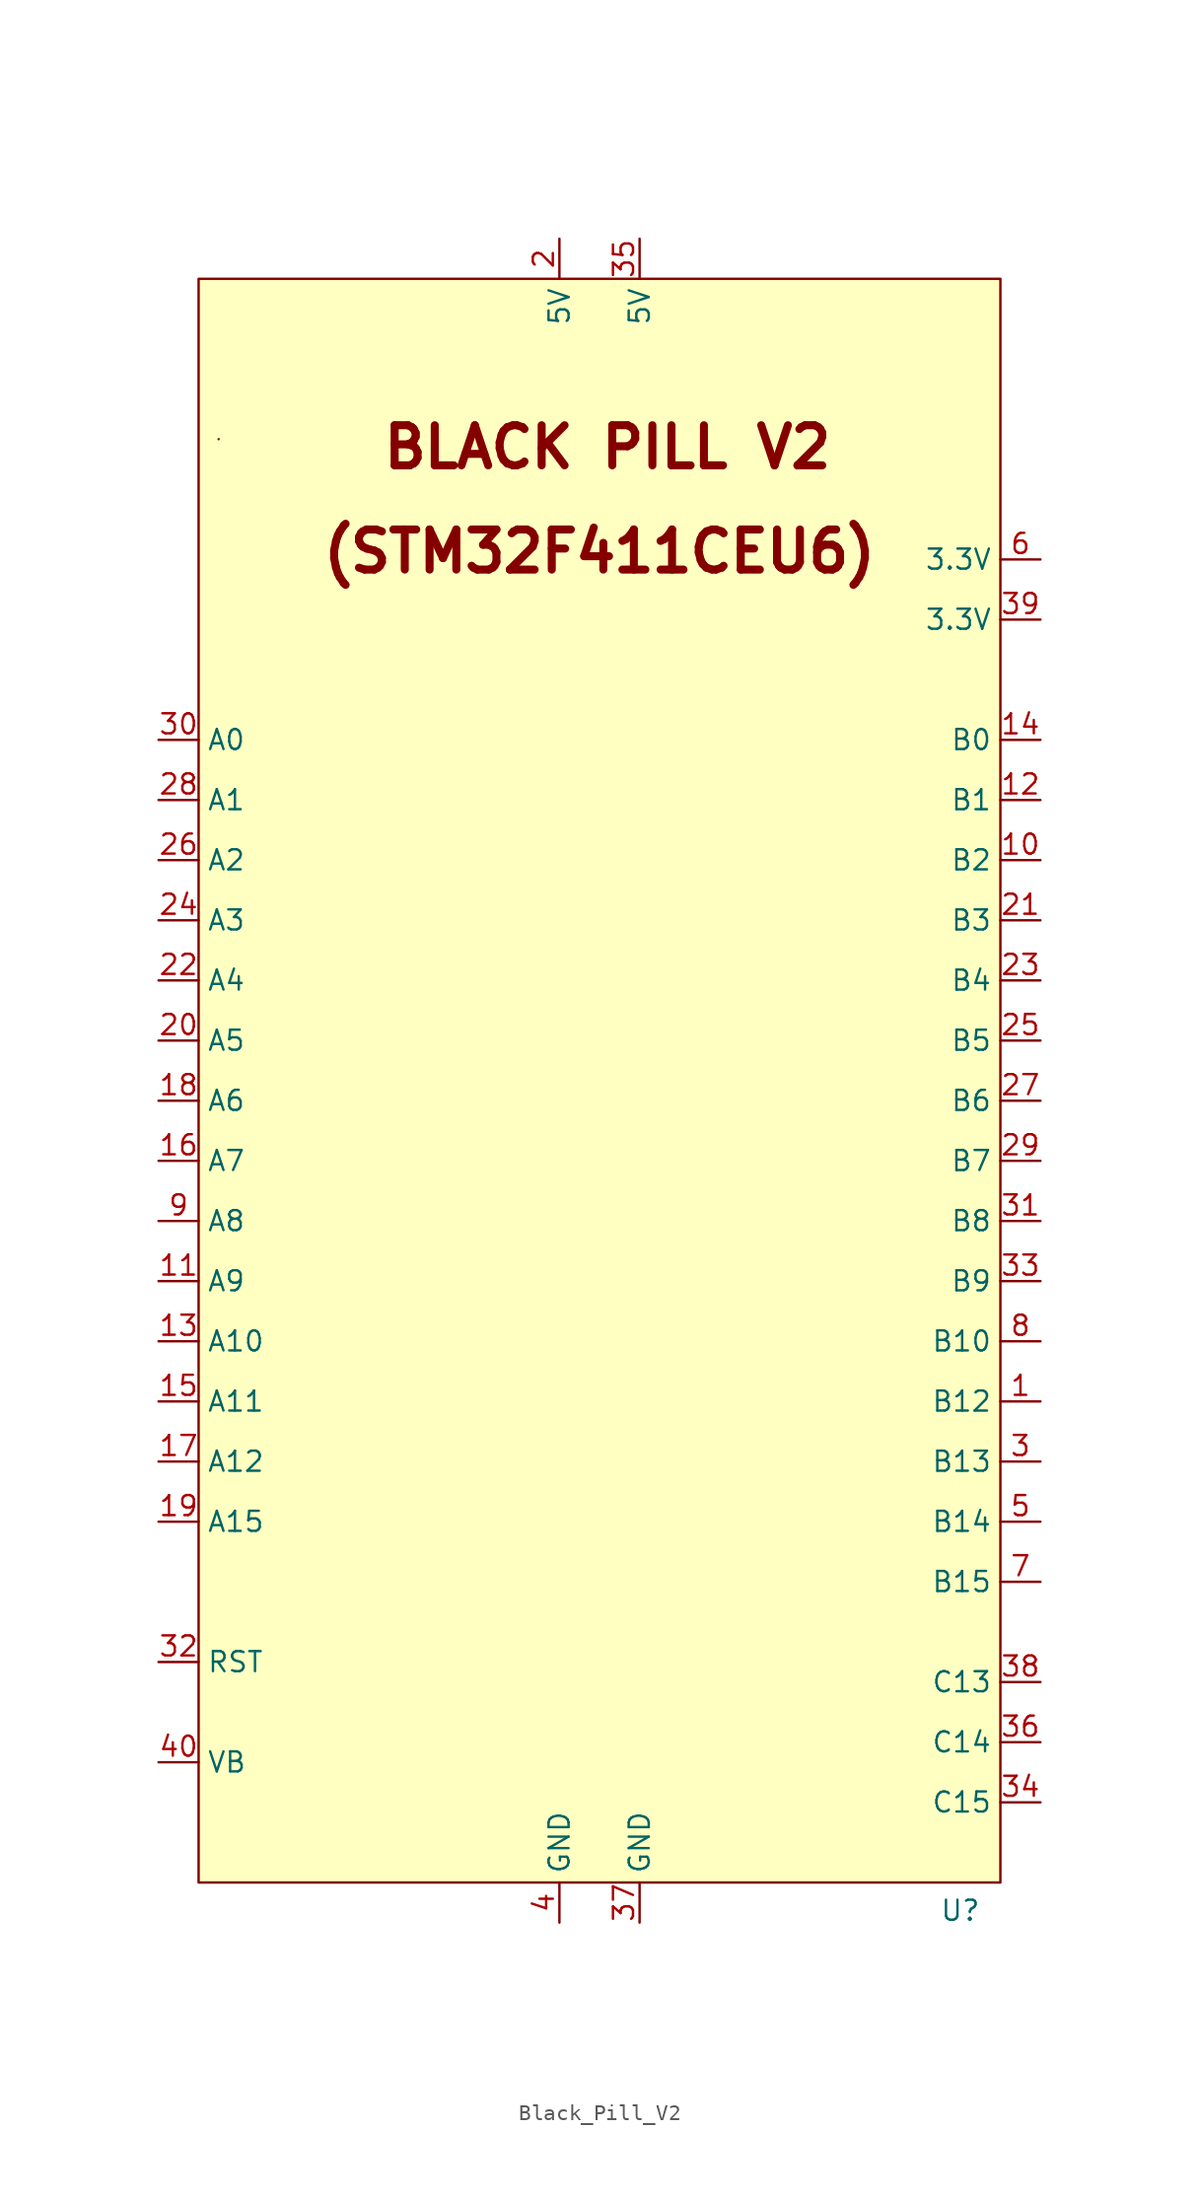
<source format=kicad_sym>
(kicad_symbol_lib
  (version 20241209)
  (generator "kicad_symbol_editor")
  (generator_version "9.0")
  (symbol "Black_Pill_V2"
    (property "Reference" "U"
      (at 22.86 -51.308 0)
      (effects (font (size 1.27 1.27))))
    (symbol "Black_Pill_V2_0_1"
      (rectangle (start -24.13 41.91) (end -24.13 41.91) (stroke (width 0) (type default)) (fill (type none))))
    (symbol "Black_Pill_V2_1_1"
      (rectangle (start -25.4 52.07) (end 25.4 -49.53) (stroke (width 0) (type solid)) (fill (type background)))
      (text "(STM32F411CEU6)\n" (at 0 34.798 0) (effects (font (size 2.54 2.54) (thickness 0.508) (bold yes))))
      (text "BLACK PILL V2\n" (at 0.508 41.402 0) (effects (font (size 2.54 2.54) (thickness 0.508) (bold yes))))
      (pin bidirectional line (at -27.94 22.86 0) (length 2.54) (name "A0" (effects (font (size 1.27 1.27)))) (number "30" (effects (font (size 1.27 1.27)))))
      (pin bidirectional line (at -27.94 19.05 0) (length 2.54) (name "A1" (effects (font (size 1.27 1.27)))) (number "28" (effects (font (size 1.27 1.27)))))
      (pin bidirectional line (at -27.94 15.24 0) (length 2.54) (name "A2" (effects (font (size 1.27 1.27)))) (number "26" (effects (font (size 1.27 1.27)))))
      (pin bidirectional line (at -27.94 11.43 0) (length 2.54) (name "A3" (effects (font (size 1.27 1.27)))) (number "24" (effects (font (size 1.27 1.27)))))
      (pin bidirectional line (at -27.94 7.62 0) (length 2.54) (name "A4" (effects (font (size 1.27 1.27)))) (number "22" (effects (font (size 1.27 1.27)))))
      (pin bidirectional line (at -27.94 3.81 0) (length 2.54) (name "A5" (effects (font (size 1.27 1.27)))) (number "20" (effects (font (size 1.27 1.27)))))
      (pin bidirectional line (at -27.94 0 0) (length 2.54) (name "A6" (effects (font (size 1.27 1.27)))) (number "18" (effects (font (size 1.27 1.27)))))
      (pin bidirectional line (at -27.94 -3.81 0) (length 2.54) (name "A7" (effects (font (size 1.27 1.27)))) (number "16" (effects (font (size 1.27 1.27)))))
      (pin bidirectional line (at -27.94 -7.62 0) (length 2.54) (name "A8" (effects (font (size 1.27 1.27)))) (number "9" (effects (font (size 1.27 1.27)))))
      (pin bidirectional line (at -27.94 -11.43 0) (length 2.54) (name "A9" (effects (font (size 1.27 1.27)))) (number "11" (effects (font (size 1.27 1.27)))))
      (pin bidirectional line (at -27.94 -15.24 0) (length 2.54) (name "A10" (effects (font (size 1.27 1.27)))) (number "13" (effects (font (size 1.27 1.27)))))
      (pin bidirectional line (at -27.94 -19.05 0) (length 2.54) (name "A11" (effects (font (size 1.27 1.27)))) (number "15" (effects (font (size 1.27 1.27)))))
      (pin bidirectional line (at -27.94 -22.86 0) (length 2.54) (name "A12" (effects (font (size 1.27 1.27)))) (number "17" (effects (font (size 1.27 1.27)))))
      (pin bidirectional line (at -27.94 -26.67 0) (length 2.54) (name "A15" (effects (font (size 1.27 1.27)))) (number "19" (effects (font (size 1.27 1.27)))))
      (pin input line (at -27.94 -35.56 0) (length 2.54) (name "RST" (effects (font (size 1.27 1.27)))) (number "32" (effects (font (size 1.27 1.27)))))
      (pin input line (at -27.94 -41.91 0) (length 2.54) (name "VB" (effects (font (size 1.27 1.27)))) (number "40" (effects (font (size 1.27 1.27)))))
      (pin power_in line (at -2.54 54.61 270) (length 2.54) (name "5V" (effects (font (size 1.27 1.27)))) (number "2" (effects (font (size 1.27 1.27)))))
      (pin power_in line (at -2.54 -52.07 90) (length 2.54) (name "GND" (effects (font (size 1.27 1.27)))) (number "4" (effects (font (size 1.27 1.27)))))
      (pin power_in line (at 2.54 54.61 270) (length 2.54) (name "5V" (effects (font (size 1.27 1.27)))) (number "35" (effects (font (size 1.27 1.27)))))
      (pin power_in line (at 2.54 -52.07 90) (length 2.54) (name "GND" (effects (font (size 1.27 1.27)))) (number "37" (effects (font (size 1.27 1.27)))))
      (pin power_out line (at 27.94 34.29 180) (length 2.54) (name "3.3V" (effects (font (size 1.27 1.27)))) (number "6" (effects (font (size 1.27 1.27)))))
      (pin power_out line (at 27.94 30.48 180) (length 2.54) (name "3.3V" (effects (font (size 1.27 1.27)))) (number "39" (effects (font (size 1.27 1.27)))))
      (pin bidirectional line (at 27.94 22.86 180) (length 2.54) (name "B0" (effects (font (size 1.27 1.27)))) (number "14" (effects (font (size 1.27 1.27)))))
      (pin bidirectional line (at 27.94 19.05 180) (length 2.54) (name "B1" (effects (font (size 1.27 1.27)))) (number "12" (effects (font (size 1.27 1.27)))))
      (pin bidirectional line (at 27.94 15.24 180) (length 2.54) (name "B2" (effects (font (size 1.27 1.27)))) (number "10" (effects (font (size 1.27 1.27)))))
      (pin bidirectional line (at 27.94 11.43 180) (length 2.54) (name "B3" (effects (font (size 1.27 1.27)))) (number "21" (effects (font (size 1.27 1.27)))))
      (pin bidirectional line (at 27.94 7.62 180) (length 2.54) (name "B4" (effects (font (size 1.27 1.27)))) (number "23" (effects (font (size 1.27 1.27)))))
      (pin bidirectional line (at 27.94 3.81 180) (length 2.54) (name "B5" (effects (font (size 1.27 1.27)))) (number "25" (effects (font (size 1.27 1.27)))))
      (pin bidirectional line (at 27.94 0 180) (length 2.54) (name "B6" (effects (font (size 1.27 1.27)))) (number "27" (effects (font (size 1.27 1.27)))))
      (pin bidirectional line (at 27.94 -3.81 180) (length 2.54) (name "B7" (effects (font (size 1.27 1.27)))) (number "29" (effects (font (size 1.27 1.27)))))
      (pin bidirectional line (at 27.94 -7.62 180) (length 2.54) (name "B8" (effects (font (size 1.27 1.27)))) (number "31" (effects (font (size 1.27 1.27)))))
      (pin bidirectional line (at 27.94 -11.43 180) (length 2.54) (name "B9" (effects (font (size 1.27 1.27)))) (number "33" (effects (font (size 1.27 1.27)))))
      (pin bidirectional line (at 27.94 -15.24 180) (length 2.54) (name "B10" (effects (font (size 1.27 1.27)))) (number "8" (effects (font (size 1.27 1.27)))))
      (pin bidirectional line (at 27.94 -19.05 180) (length 2.54) (name "B12" (effects (font (size 1.27 1.27)))) (number "1" (effects (font (size 1.27 1.27)))))
      (pin bidirectional line (at 27.94 -22.86 180) (length 2.54) (name "B13" (effects (font (size 1.27 1.27)))) (number "3" (effects (font (size 1.27 1.27)))))
      (pin bidirectional line (at 27.94 -26.67 180) (length 2.54) (name "B14" (effects (font (size 1.27 1.27)))) (number "5" (effects (font (size 1.27 1.27)))))
      (pin bidirectional line (at 27.94 -30.48 180) (length 2.54) (name "B15" (effects (font (size 1.27 1.27)))) (number "7" (effects (font (size 1.27 1.27)))))
      (pin bidirectional line (at 27.94 -36.83 180) (length 2.54) (name "C13" (effects (font (size 1.27 1.27)))) (number "38" (effects (font (size 1.27 1.27)))))
      (pin bidirectional line (at 27.94 -40.64 180) (length 2.54) (name "C14" (effects (font (size 1.27 1.27)))) (number "36" (effects (font (size 1.27 1.27)))))
      (pin bidirectional line (at 27.94 -44.45 180) (length 2.54) (name "C15" (effects (font (size 1.27 1.27)))) (number "34" (effects (font (size 1.27 1.27))))))))
</source>
